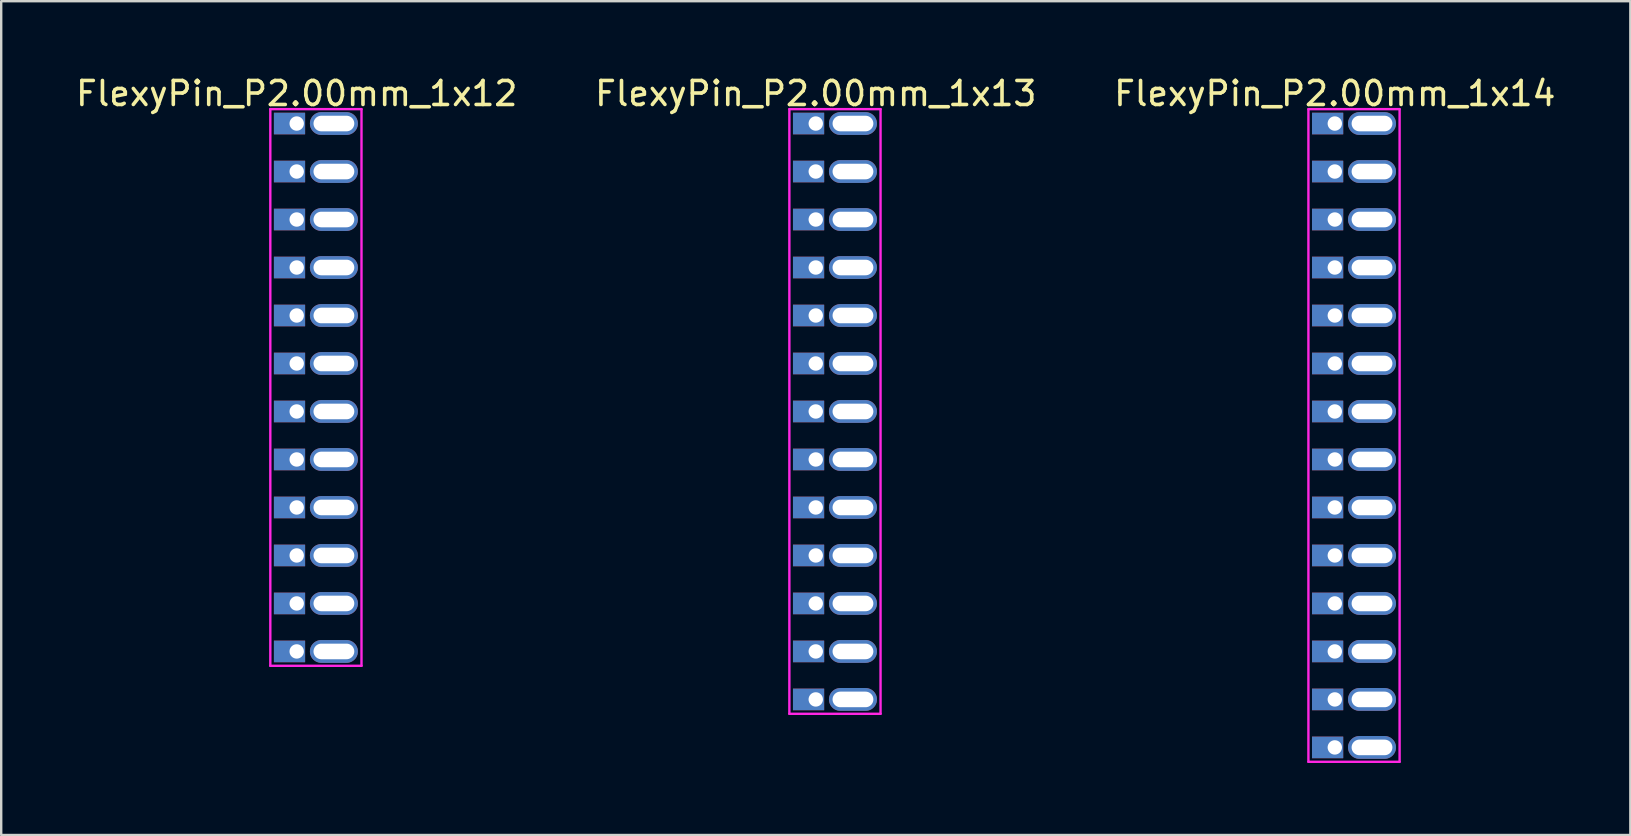
<source format=kicad_pcb>
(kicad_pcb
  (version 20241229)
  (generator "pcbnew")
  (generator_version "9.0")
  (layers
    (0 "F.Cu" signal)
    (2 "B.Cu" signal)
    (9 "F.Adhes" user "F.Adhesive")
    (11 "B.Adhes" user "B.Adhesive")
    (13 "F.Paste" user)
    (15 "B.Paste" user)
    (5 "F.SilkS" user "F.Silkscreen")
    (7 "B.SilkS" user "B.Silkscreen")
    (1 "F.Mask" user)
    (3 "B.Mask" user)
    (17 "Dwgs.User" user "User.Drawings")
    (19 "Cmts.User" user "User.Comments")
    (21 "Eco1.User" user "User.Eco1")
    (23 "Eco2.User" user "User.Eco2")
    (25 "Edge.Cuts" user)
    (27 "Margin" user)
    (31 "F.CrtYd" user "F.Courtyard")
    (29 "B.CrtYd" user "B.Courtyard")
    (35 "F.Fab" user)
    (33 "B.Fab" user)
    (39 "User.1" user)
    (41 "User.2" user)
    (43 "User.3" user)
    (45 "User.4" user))
  (footprint "FlexyPin_P2.00mm_1x12"
    (layer "F.Cu")
    (at 9.315 2.098)
    (property "Reference" "FlexyPin_P2.00mm_1x12" (at 0 -1.25 0) (layer "F.SilkS") (effects (font (size 1 1) (thickness 0.15))))
    (attr through_hole)
    (fp_line (start -1.1 -0.6) (end 2.7 -0.6) (stroke (width 0.1) (type solid)) (layer "F.CrtYd"))
    (fp_line (start -1.1 22.6) (end -1.1 -0.6) (stroke (width 0.1) (type solid)) (layer "F.CrtYd"))
    (fp_line (start 2.7 -0.6) (end 2.7 22.6) (stroke (width 0.1) (type solid)) (layer "F.CrtYd"))
    (fp_line (start 2.7 22.6) (end -1.1 22.6) (stroke (width 0.1) (type solid)) (layer "F.CrtYd"))
    (pad "" thru_hole oval (at 1.55 0) (size 2 0.95) (drill oval 1.7 0.65) (layers "*.Cu" "*.Mask"))
    (pad "" thru_hole oval (at 1.55 2) (size 2 0.95) (drill oval 1.7 0.65) (layers "*.Cu" "*.Mask"))
    (pad "" thru_hole oval (at 1.55 4) (size 2 0.95) (drill oval 1.7 0.65) (layers "*.Cu" "*.Mask"))
    (pad "" thru_hole oval (at 1.55 6) (size 2 0.95) (drill oval 1.7 0.65) (layers "*.Cu" "*.Mask"))
    (pad "" thru_hole oval (at 1.55 8) (size 2 0.95) (drill oval 1.7 0.65) (layers "*.Cu" "*.Mask"))
    (pad "" thru_hole oval (at 1.55 10) (size 2 0.95) (drill oval 1.7 0.65) (layers "*.Cu" "*.Mask"))
    (pad "" thru_hole oval (at 1.55 12) (size 2 0.95) (drill oval 1.7 0.65) (layers "*.Cu" "*.Mask"))
    (pad "" thru_hole oval (at 1.55 14) (size 2 0.95) (drill oval 1.7 0.65) (layers "*.Cu" "*.Mask"))
    (pad "" thru_hole oval (at 1.55 16) (size 2 0.95) (drill oval 1.7 0.65) (layers "*.Cu" "*.Mask"))
    (pad "" thru_hole oval (at 1.55 18) (size 2 0.95) (drill oval 1.7 0.65) (layers "*.Cu" "*.Mask"))
    (pad "" thru_hole oval (at 1.55 20) (size 2 0.95) (drill oval 1.7 0.65) (layers "*.Cu" "*.Mask"))
    (pad "" thru_hole oval (at 1.55 22) (size 2 0.95) (drill oval 1.7 0.65) (layers "*.Cu" "*.Mask"))
    (pad "1" thru_hole rect (at 0 0) (size 1.3 0.9) (drill 0.6 (offset -0.3 0)) (layers "*.Cu" "*.Mask"))
    (pad "2" thru_hole rect (at 0 2) (size 1.3 0.9) (drill 0.6 (offset -0.3 0)) (layers "*.Cu" "*.Mask"))
    (pad "3" thru_hole rect (at 0 4) (size 1.3 0.9) (drill 0.6 (offset -0.3 0)) (layers "*.Cu" "*.Mask"))
    (pad "4" thru_hole rect (at 0 6) (size 1.3 0.9) (drill 0.6 (offset -0.3 0)) (layers "*.Cu" "*.Mask"))
    (pad "5" thru_hole rect (at 0 8) (size 1.3 0.9) (drill 0.6 (offset -0.3 0)) (layers "*.Cu" "*.Mask"))
    (pad "6" thru_hole rect (at 0 10) (size 1.3 0.9) (drill 0.6 (offset -0.3 0)) (layers "*.Cu" "*.Mask"))
    (pad "7" thru_hole rect (at 0 12) (size 1.3 0.9) (drill 0.6 (offset -0.3 0)) (layers "*.Cu" "*.Mask"))
    (pad "8" thru_hole rect (at 0 14) (size 1.3 0.9) (drill 0.6 (offset -0.3 0)) (layers "*.Cu" "*.Mask"))
    (pad "9" thru_hole rect (at 0 16) (size 1.3 0.9) (drill 0.6 (offset -0.3 0)) (layers "*.Cu" "*.Mask"))
    (pad "10" thru_hole rect (at 0 18) (size 1.3 0.9) (drill 0.6 (offset -0.3 0)) (layers "*.Cu" "*.Mask"))
    (pad "11" thru_hole rect (at 0 20) (size 1.3 0.9) (drill 0.6 (offset -0.3 0)) (layers "*.Cu" "*.Mask"))
    (pad "12" thru_hole rect (at 0 22) (size 1.3 0.9) (drill 0.6 (offset -0.3 0)) (layers "*.Cu" "*.Mask")))
  (footprint "FlexyPin_P2.00mm_1x13"
    (layer "F.Cu")
    (at 30.946 2.098)
    (property "Reference" "FlexyPin_P2.00mm_1x13" (at 0 -1.25 0) (layer "F.SilkS") (effects (font (size 1 1) (thickness 0.15))))
    (attr through_hole)
    (fp_line (start -1.1 -0.6) (end 2.7 -0.6) (stroke (width 0.1) (type solid)) (layer "F.CrtYd"))
    (fp_line (start -1.1 24.6) (end -1.1 -0.6) (stroke (width 0.1) (type solid)) (layer "F.CrtYd"))
    (fp_line (start 2.7 -0.6) (end 2.7 24.6) (stroke (width 0.1) (type solid)) (layer "F.CrtYd"))
    (fp_line (start 2.7 24.6) (end -1.1 24.6) (stroke (width 0.1) (type solid)) (layer "F.CrtYd"))
    (pad "" thru_hole oval (at 1.55 0) (size 2 0.95) (drill oval 1.7 0.65) (layers "*.Cu" "*.Mask"))
    (pad "" thru_hole oval (at 1.55 2) (size 2 0.95) (drill oval 1.7 0.65) (layers "*.Cu" "*.Mask"))
    (pad "" thru_hole oval (at 1.55 4) (size 2 0.95) (drill oval 1.7 0.65) (layers "*.Cu" "*.Mask"))
    (pad "" thru_hole oval (at 1.55 6) (size 2 0.95) (drill oval 1.7 0.65) (layers "*.Cu" "*.Mask"))
    (pad "" thru_hole oval (at 1.55 8) (size 2 0.95) (drill oval 1.7 0.65) (layers "*.Cu" "*.Mask"))
    (pad "" thru_hole oval (at 1.55 10) (size 2 0.95) (drill oval 1.7 0.65) (layers "*.Cu" "*.Mask"))
    (pad "" thru_hole oval (at 1.55 12) (size 2 0.95) (drill oval 1.7 0.65) (layers "*.Cu" "*.Mask"))
    (pad "" thru_hole oval (at 1.55 14) (size 2 0.95) (drill oval 1.7 0.65) (layers "*.Cu" "*.Mask"))
    (pad "" thru_hole oval (at 1.55 16) (size 2 0.95) (drill oval 1.7 0.65) (layers "*.Cu" "*.Mask"))
    (pad "" thru_hole oval (at 1.55 18) (size 2 0.95) (drill oval 1.7 0.65) (layers "*.Cu" "*.Mask"))
    (pad "" thru_hole oval (at 1.55 20) (size 2 0.95) (drill oval 1.7 0.65) (layers "*.Cu" "*.Mask"))
    (pad "" thru_hole oval (at 1.55 22) (size 2 0.95) (drill oval 1.7 0.65) (layers "*.Cu" "*.Mask"))
    (pad "" thru_hole oval (at 1.55 24) (size 2 0.95) (drill oval 1.7 0.65) (layers "*.Cu" "*.Mask"))
    (pad "1" thru_hole rect (at 0 0) (size 1.3 0.9) (drill 0.6 (offset -0.3 0)) (layers "*.Cu" "*.Mask"))
    (pad "2" thru_hole rect (at 0 2) (size 1.3 0.9) (drill 0.6 (offset -0.3 0)) (layers "*.Cu" "*.Mask"))
    (pad "3" thru_hole rect (at 0 4) (size 1.3 0.9) (drill 0.6 (offset -0.3 0)) (layers "*.Cu" "*.Mask"))
    (pad "4" thru_hole rect (at 0 6) (size 1.3 0.9) (drill 0.6 (offset -0.3 0)) (layers "*.Cu" "*.Mask"))
    (pad "5" thru_hole rect (at 0 8) (size 1.3 0.9) (drill 0.6 (offset -0.3 0)) (layers "*.Cu" "*.Mask"))
    (pad "6" thru_hole rect (at 0 10) (size 1.3 0.9) (drill 0.6 (offset -0.3 0)) (layers "*.Cu" "*.Mask"))
    (pad "7" thru_hole rect (at 0 12) (size 1.3 0.9) (drill 0.6 (offset -0.3 0)) (layers "*.Cu" "*.Mask"))
    (pad "8" thru_hole rect (at 0 14) (size 1.3 0.9) (drill 0.6 (offset -0.3 0)) (layers "*.Cu" "*.Mask"))
    (pad "9" thru_hole rect (at 0 16) (size 1.3 0.9) (drill 0.6 (offset -0.3 0)) (layers "*.Cu" "*.Mask"))
    (pad "10" thru_hole rect (at 0 18) (size 1.3 0.9) (drill 0.6 (offset -0.3 0)) (layers "*.Cu" "*.Mask"))
    (pad "11" thru_hole rect (at 0 20) (size 1.3 0.9) (drill 0.6 (offset -0.3 0)) (layers "*.Cu" "*.Mask"))
    (pad "12" thru_hole rect (at 0 22) (size 1.3 0.9) (drill 0.6 (offset -0.3 0)) (layers "*.Cu" "*.Mask"))
    (pad "13" thru_hole rect (at 0 24) (size 1.3 0.9) (drill 0.6 (offset -0.3 0)) (layers "*.Cu" "*.Mask")))
  (footprint "FlexyPin_P2.00mm_1x14"
    (layer "F.Cu")
    (at 52.577 2.098)
    (property "Reference" "FlexyPin_P2.00mm_1x14" (at 0 -1.25 0) (layer "F.SilkS") (effects (font (size 1 1) (thickness 0.15))))
    (attr through_hole)
    (fp_line (start -1.1 -0.6) (end 2.7 -0.6) (stroke (width 0.1) (type solid)) (layer "F.CrtYd"))
    (fp_line (start -1.1 26.6) (end -1.1 -0.6) (stroke (width 0.1) (type solid)) (layer "F.CrtYd"))
    (fp_line (start 2.7 -0.6) (end 2.7 26.6) (stroke (width 0.1) (type solid)) (layer "F.CrtYd"))
    (fp_line (start 2.7 26.6) (end -1.1 26.6) (stroke (width 0.1) (type solid)) (layer "F.CrtYd"))
    (pad "" thru_hole oval (at 1.55 0) (size 2 0.95) (drill oval 1.7 0.65) (layers "*.Cu" "*.Mask"))
    (pad "" thru_hole oval (at 1.55 2) (size 2 0.95) (drill oval 1.7 0.65) (layers "*.Cu" "*.Mask"))
    (pad "" thru_hole oval (at 1.55 4) (size 2 0.95) (drill oval 1.7 0.65) (layers "*.Cu" "*.Mask"))
    (pad "" thru_hole oval (at 1.55 6) (size 2 0.95) (drill oval 1.7 0.65) (layers "*.Cu" "*.Mask"))
    (pad "" thru_hole oval (at 1.55 8) (size 2 0.95) (drill oval 1.7 0.65) (layers "*.Cu" "*.Mask"))
    (pad "" thru_hole oval (at 1.55 10) (size 2 0.95) (drill oval 1.7 0.65) (layers "*.Cu" "*.Mask"))
    (pad "" thru_hole oval (at 1.55 12) (size 2 0.95) (drill oval 1.7 0.65) (layers "*.Cu" "*.Mask"))
    (pad "" thru_hole oval (at 1.55 14) (size 2 0.95) (drill oval 1.7 0.65) (layers "*.Cu" "*.Mask"))
    (pad "" thru_hole oval (at 1.55 16) (size 2 0.95) (drill oval 1.7 0.65) (layers "*.Cu" "*.Mask"))
    (pad "" thru_hole oval (at 1.55 18) (size 2 0.95) (drill oval 1.7 0.65) (layers "*.Cu" "*.Mask"))
    (pad "" thru_hole oval (at 1.55 20) (size 2 0.95) (drill oval 1.7 0.65) (layers "*.Cu" "*.Mask"))
    (pad "" thru_hole oval (at 1.55 22) (size 2 0.95) (drill oval 1.7 0.65) (layers "*.Cu" "*.Mask"))
    (pad "" thru_hole oval (at 1.55 24) (size 2 0.95) (drill oval 1.7 0.65) (layers "*.Cu" "*.Mask"))
    (pad "" thru_hole oval (at 1.55 26) (size 2 0.95) (drill oval 1.7 0.65) (layers "*.Cu" "*.Mask"))
    (pad "1" thru_hole rect (at 0 0) (size 1.3 0.9) (drill 0.6 (offset -0.3 0)) (layers "*.Cu" "*.Mask"))
    (pad "2" thru_hole rect (at 0 2) (size 1.3 0.9) (drill 0.6 (offset -0.3 0)) (layers "*.Cu" "*.Mask"))
    (pad "3" thru_hole rect (at 0 4) (size 1.3 0.9) (drill 0.6 (offset -0.3 0)) (layers "*.Cu" "*.Mask"))
    (pad "4" thru_hole rect (at 0 6) (size 1.3 0.9) (drill 0.6 (offset -0.3 0)) (layers "*.Cu" "*.Mask"))
    (pad "5" thru_hole rect (at 0 8) (size 1.3 0.9) (drill 0.6 (offset -0.3 0)) (layers "*.Cu" "*.Mask"))
    (pad "6" thru_hole rect (at 0 10) (size 1.3 0.9) (drill 0.6 (offset -0.3 0)) (layers "*.Cu" "*.Mask"))
    (pad "7" thru_hole rect (at 0 12) (size 1.3 0.9) (drill 0.6 (offset -0.3 0)) (layers "*.Cu" "*.Mask"))
    (pad "8" thru_hole rect (at 0 14) (size 1.3 0.9) (drill 0.6 (offset -0.3 0)) (layers "*.Cu" "*.Mask"))
    (pad "9" thru_hole rect (at 0 16) (size 1.3 0.9) (drill 0.6 (offset -0.3 0)) (layers "*.Cu" "*.Mask"))
    (pad "10" thru_hole rect (at 0 18) (size 1.3 0.9) (drill 0.6 (offset -0.3 0)) (layers "*.Cu" "*.Mask"))
    (pad "11" thru_hole rect (at 0 20) (size 1.3 0.9) (drill 0.6 (offset -0.3 0)) (layers "*.Cu" "*.Mask"))
    (pad "12" thru_hole rect (at 0 22) (size 1.3 0.9) (drill 0.6 (offset -0.3 0)) (layers "*.Cu" "*.Mask"))
    (pad "13" thru_hole rect (at 0 24) (size 1.3 0.9) (drill 0.6 (offset -0.3 0)) (layers "*.Cu" "*.Mask"))
    (pad "14" thru_hole rect (at 0 26) (size 1.3 0.9) (drill 0.6 (offset -0.3 0)) (layers "*.Cu" "*.Mask")))
  (gr_rect
    (start -3 -3)
    (end 64.893 31.748)
    (stroke (width 0.1) (type default))
    (fill no)
    (layer "Edge.Cuts")))
</source>
